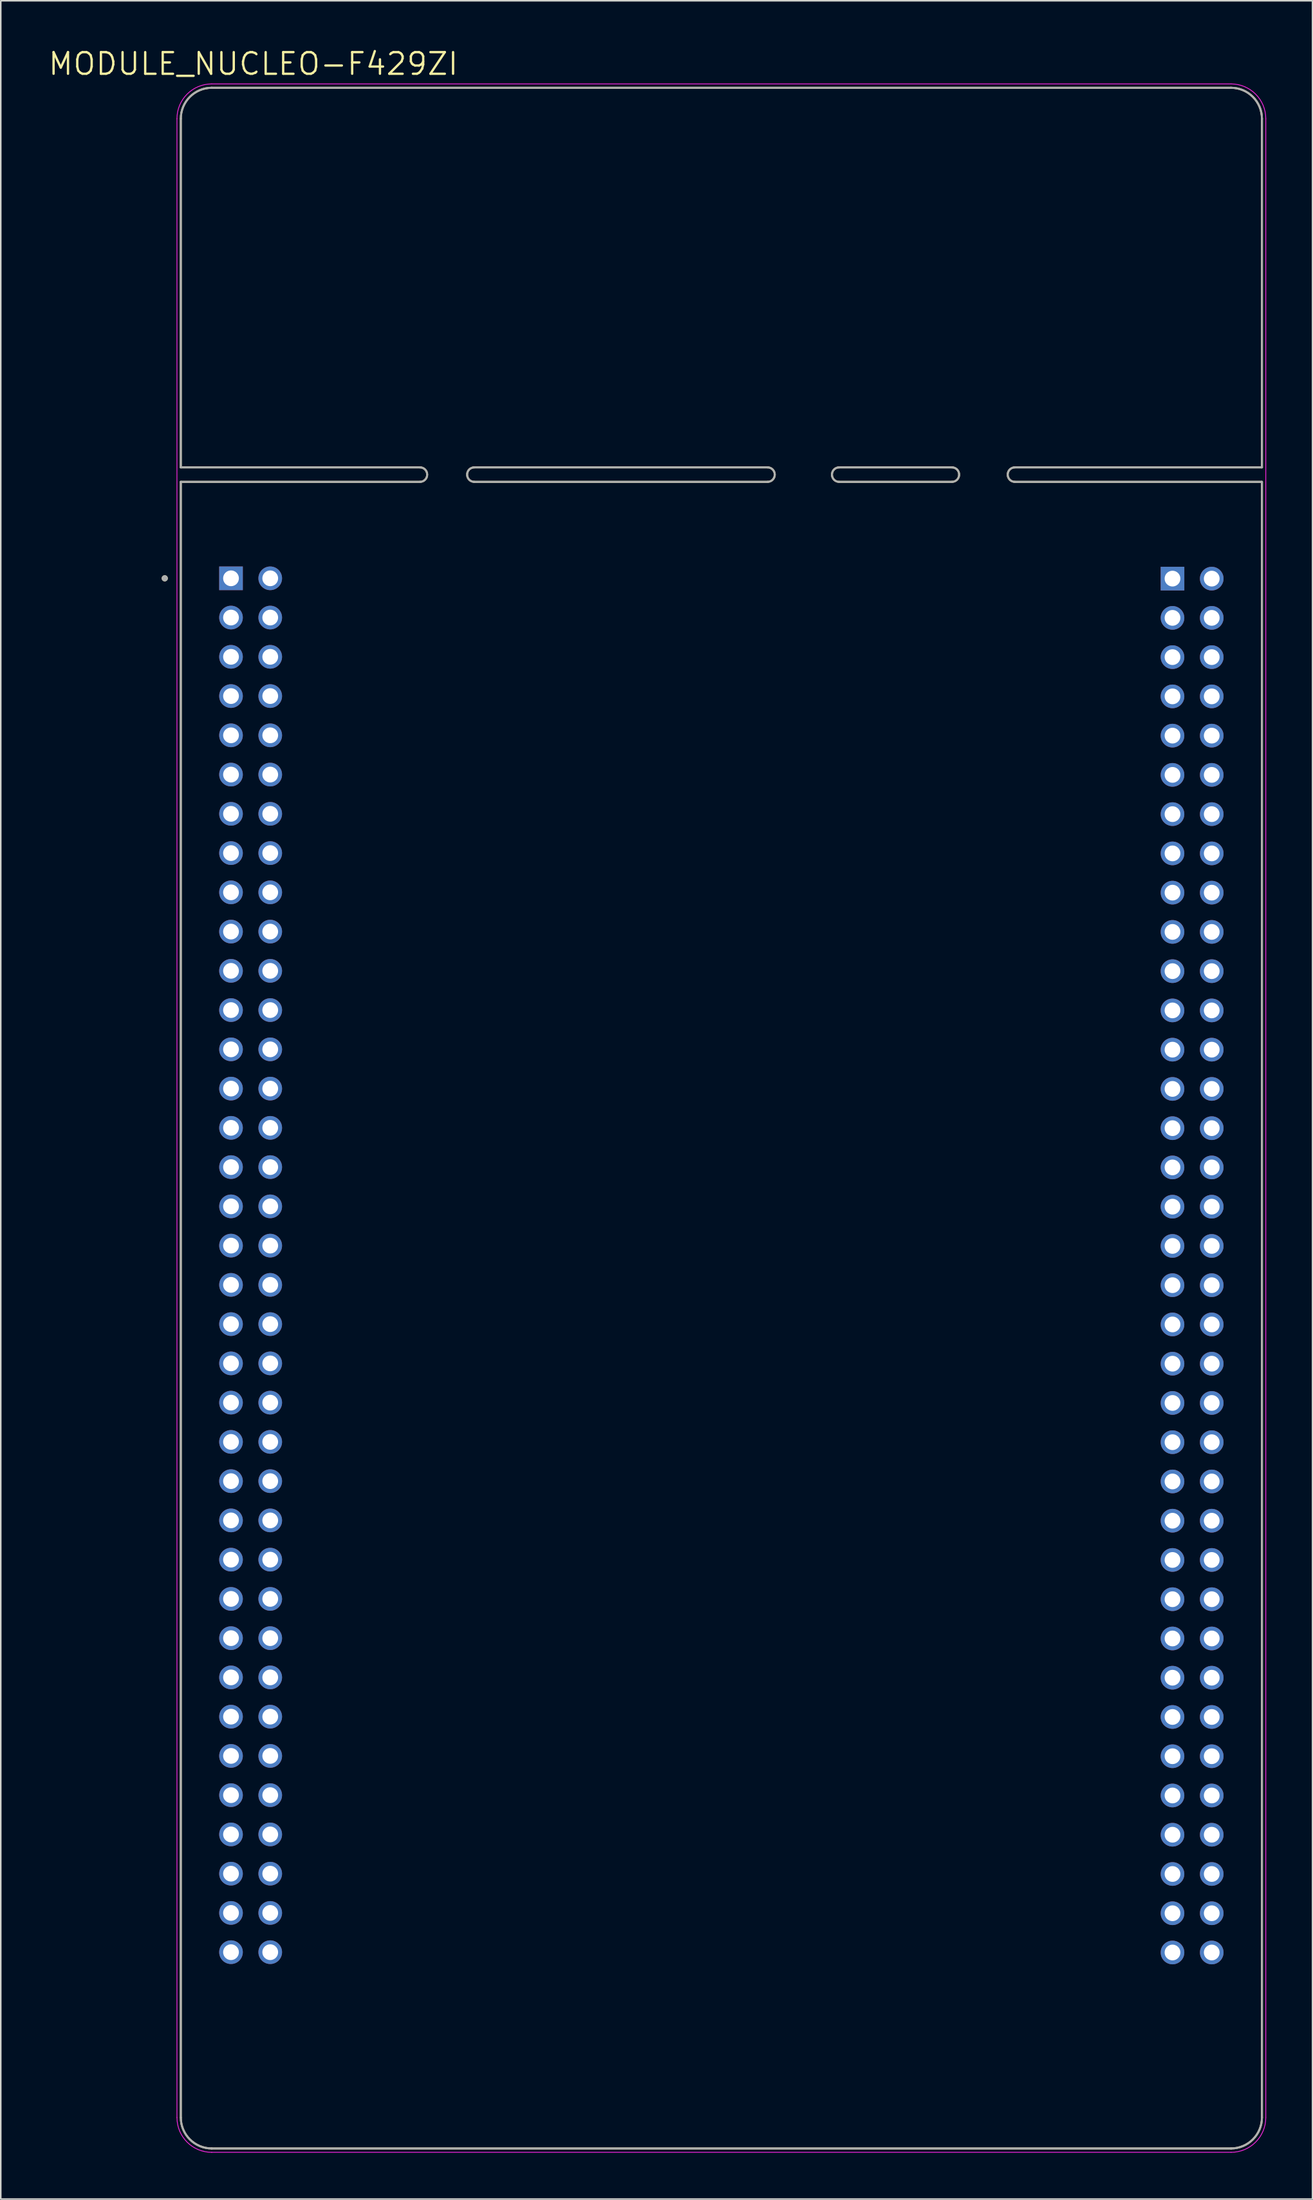
<source format=kicad_pcb>
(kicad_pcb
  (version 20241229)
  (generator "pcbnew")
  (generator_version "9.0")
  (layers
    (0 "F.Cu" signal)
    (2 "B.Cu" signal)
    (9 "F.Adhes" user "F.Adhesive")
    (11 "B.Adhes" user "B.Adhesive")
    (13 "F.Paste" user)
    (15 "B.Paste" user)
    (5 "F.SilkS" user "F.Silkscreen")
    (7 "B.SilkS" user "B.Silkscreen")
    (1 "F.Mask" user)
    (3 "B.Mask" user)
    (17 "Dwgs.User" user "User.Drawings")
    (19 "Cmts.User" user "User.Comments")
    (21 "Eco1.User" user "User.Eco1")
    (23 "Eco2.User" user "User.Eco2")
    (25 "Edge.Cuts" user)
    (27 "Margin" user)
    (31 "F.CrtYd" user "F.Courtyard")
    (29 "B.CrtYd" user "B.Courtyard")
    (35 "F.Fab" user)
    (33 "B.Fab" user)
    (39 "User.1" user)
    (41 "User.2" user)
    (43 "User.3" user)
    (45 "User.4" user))
  (footprint "MODULE_NUCLEO-F429ZI"
    (layer "F.Cu")
    (at 43.657 69.301)
    (property "Reference" "MODULE_NUCLEO-F429ZI" (at -30.305 -68.219 0) (layer "F.SilkS") (effects (font (size 1.4 1.4) (thickness 0.15))))
    (attr through_hole)
    (fp_line (start -35 -64.67) (end -35 -42.11) (stroke (width 0.127) (type solid)) (layer "F.SilkS"))
    (fp_line (start -35 -42.11) (end -19.507 -42.11) (stroke (width 0.127) (type solid)) (layer "F.SilkS"))
    (fp_line (start -35 -41.17) (end -35 64.67) (stroke (width 0.127) (type solid)) (layer "F.SilkS"))
    (fp_line (start -35 -41.17) (end -19.507 -41.17) (stroke (width 0.127) (type solid)) (layer "F.SilkS"))
    (fp_line (start -33 66.67) (end 33 66.67) (stroke (width 0.127) (type solid)) (layer "F.SilkS"))
    (fp_line (start -16.002 -42.11) (end 2.997 -42.11) (stroke (width 0.127) (type solid)) (layer "F.SilkS"))
    (fp_line (start -16.002 -41.17) (end 2.997 -41.17) (stroke (width 0.127) (type solid)) (layer "F.SilkS"))
    (fp_line (start 7.62 -42.11) (end 14.935 -42.11) (stroke (width 0.127) (type solid)) (layer "F.SilkS"))
    (fp_line (start 7.62 -41.17) (end 14.935 -41.17) (stroke (width 0.127) (type solid)) (layer "F.SilkS"))
    (fp_line (start 18.999 -42.11) (end 35 -42.11) (stroke (width 0.127) (type solid)) (layer "F.SilkS"))
    (fp_line (start 18.999 -41.17) (end 35 -41.17) (stroke (width 0.127) (type solid)) (layer "F.SilkS"))
    (fp_line (start 33 -66.67) (end -33 -66.67) (stroke (width 0.127) (type solid)) (layer "F.SilkS"))
    (fp_line (start 35 -42.11) (end 35 -64.67) (stroke (width 0.127) (type solid)) (layer "F.SilkS"))
    (fp_line (start 35 64.67) (end 35 -41.17) (stroke (width 0.127) (type solid)) (layer "F.SilkS"))
    (fp_arc (start -35 -64.67) (mid -34.414214 -66.084214) (end -33 -66.67) (stroke (width 0.127) (type solid)) (layer "F.SilkS"))
    (fp_arc (start -33 66.67) (mid -34.414214 66.084214) (end -35 64.67) (stroke (width 0.127) (type solid)) (layer "F.SilkS"))
    (fp_arc (start -19.507199 -42.11) (mid -19.044602 -41.64) (end -19.5072 -41.17) (stroke (width 0.127) (type solid)) (layer "F.SilkS"))
    (fp_arc (start -16.002001 -41.17) (mid -16.464598 -41.64) (end -16.002 -42.11) (stroke (width 0.127) (type solid)) (layer "F.SilkS"))
    (fp_arc (start 2.997201 -42.11) (mid 3.459798 -41.64) (end 2.9972 -41.17) (stroke (width 0.127) (type solid)) (layer "F.SilkS"))
    (fp_arc (start 7.619999 -41.17) (mid 7.157402 -41.64) (end 7.62 -42.11) (stroke (width 0.127) (type solid)) (layer "F.SilkS"))
    (fp_arc (start 14.935201 -42.11) (mid 15.397798 -41.64) (end 14.9352 -41.17) (stroke (width 0.127) (type solid)) (layer "F.SilkS"))
    (fp_arc (start 18.999199 -41.17) (mid 18.536602 -41.64) (end 18.9992 -42.11) (stroke (width 0.127) (type solid)) (layer "F.SilkS"))
    (fp_arc (start 33 -66.67) (mid 34.414214 -66.084214) (end 35 -64.67) (stroke (width 0.127) (type solid)) (layer "F.SilkS"))
    (fp_arc (start 35 64.67) (mid 34.414214 66.084214) (end 33 66.67) (stroke (width 0.127) (type solid)) (layer "F.SilkS"))
    (fp_circle (center -36.04 -34.93) (end -35.94 -34.93) (stroke (width 0.2) (type solid)) (fill no) (layer "F.SilkS"))
    (fp_line (start -35.25 -64.67) (end -35.25 64.67) (stroke (width 0.05) (type solid)) (layer "F.CrtYd"))
    (fp_line (start -33 66.92) (end 33 66.92) (stroke (width 0.05) (type solid)) (layer "F.CrtYd"))
    (fp_line (start 33 -66.92) (end -33 -66.92) (stroke (width 0.05) (type solid)) (layer "F.CrtYd"))
    (fp_line (start 35.25 64.67) (end 35.25 -64.67) (stroke (width 0.05) (type solid)) (layer "F.CrtYd"))
    (fp_arc (start -35.25 -64.67) (mid -34.59099 -66.26099) (end -33 -66.92) (stroke (width 0.05) (type solid)) (layer "F.CrtYd"))
    (fp_arc (start -33 66.92) (mid -34.59099 66.26099) (end -35.25 64.67) (stroke (width 0.05) (type solid)) (layer "F.CrtYd"))
    (fp_arc (start 33 -66.92) (mid 34.59099 -66.26099) (end 35.25 -64.67) (stroke (width 0.05) (type solid)) (layer "F.CrtYd"))
    (fp_arc (start 35.25 64.67) (mid 34.59099 66.26099) (end 33 66.92) (stroke (width 0.05) (type solid)) (layer "F.CrtYd"))
    (fp_line (start -35 -64.67) (end -35 -42.11) (stroke (width 0.127) (type solid)) (layer "F.Fab"))
    (fp_line (start -35 -42.11) (end -19.507 -42.11) (stroke (width 0.127) (type solid)) (layer "F.Fab"))
    (fp_line (start -35 -41.17) (end -35 64.67) (stroke (width 0.127) (type solid)) (layer "F.Fab"))
    (fp_line (start -35 -41.17) (end -19.507 -41.17) (stroke (width 0.127) (type solid)) (layer "F.Fab"))
    (fp_line (start -33 66.67) (end 33 66.67) (stroke (width 0.127) (type solid)) (layer "F.Fab"))
    (fp_line (start -16.002 -42.11) (end 2.997 -42.11) (stroke (width 0.127) (type solid)) (layer "F.Fab"))
    (fp_line (start -16.002 -41.17) (end 2.997 -41.17) (stroke (width 0.127) (type solid)) (layer "F.Fab"))
    (fp_line (start 7.62 -42.11) (end 14.935 -42.11) (stroke (width 0.127) (type solid)) (layer "F.Fab"))
    (fp_line (start 7.62 -41.17) (end 14.935 -41.17) (stroke (width 0.127) (type solid)) (layer "F.Fab"))
    (fp_line (start 18.999 -42.11) (end 35 -42.11) (stroke (width 0.127) (type solid)) (layer "F.Fab"))
    (fp_line (start 18.999 -41.17) (end 35 -41.17) (stroke (width 0.127) (type solid)) (layer "F.Fab"))
    (fp_line (start 33 -66.67) (end -33 -66.67) (stroke (width 0.127) (type solid)) (layer "F.Fab"))
    (fp_line (start 35 -42.11) (end 35 -64.67) (stroke (width 0.127) (type solid)) (layer "F.Fab"))
    (fp_line (start 35 64.67) (end 35 -41.17) (stroke (width 0.127) (type solid)) (layer "F.Fab"))
    (fp_arc (start -35 -64.67) (mid -34.414214 -66.084214) (end -33 -66.67) (stroke (width 0.127) (type solid)) (layer "F.Fab"))
    (fp_arc (start -33 66.67) (mid -34.414214 66.084214) (end -35 64.67) (stroke (width 0.127) (type solid)) (layer "F.Fab"))
    (fp_arc (start -19.507199 -42.11) (mid -19.044602 -41.64) (end -19.5072 -41.17) (stroke (width 0.127) (type solid)) (layer "F.Fab"))
    (fp_arc (start -16.002001 -41.17) (mid -16.464598 -41.64) (end -16.002 -42.11) (stroke (width 0.127) (type solid)) (layer "F.Fab"))
    (fp_arc (start 2.997201 -42.11) (mid 3.459798 -41.64) (end 2.9972 -41.17) (stroke (width 0.127) (type solid)) (layer "F.Fab"))
    (fp_arc (start 7.619999 -41.17) (mid 7.157402 -41.64) (end 7.62 -42.11) (stroke (width 0.127) (type solid)) (layer "F.Fab"))
    (fp_arc (start 14.935201 -42.11) (mid 15.397798 -41.64) (end 14.9352 -41.17) (stroke (width 0.127) (type solid)) (layer "F.Fab"))
    (fp_arc (start 18.999199 -41.17) (mid 18.536602 -41.64) (end 18.9992 -42.11) (stroke (width 0.127) (type solid)) (layer "F.Fab"))
    (fp_arc (start 33 -66.67) (mid 34.414214 -66.084214) (end 35 -64.67) (stroke (width 0.127) (type solid)) (layer "F.Fab"))
    (fp_arc (start 35 64.67) (mid 34.414214 66.084214) (end 33 66.67) (stroke (width 0.127) (type solid)) (layer "F.Fab"))
    (fp_circle (center -36.04 -34.93) (end -35.94 -34.93) (stroke (width 0.2) (type solid)) (fill no) (layer "F.Fab"))
    (pad "CN11_1" thru_hole rect (at -31.75 -34.93) (size 1.53 1.53) (drill 1.02) (layers "*.Cu" "*.Mask"))
    (pad "CN11_2" thru_hole circle (at -29.21 -34.93) (size 1.53 1.53) (drill 1.02) (layers "*.Cu" "*.Mask"))
    (pad "CN11_3" thru_hole circle (at -31.75 -32.39) (size 1.53 1.53) (drill 1.02) (layers "*.Cu" "*.Mask"))
    (pad "CN11_4" thru_hole circle (at -29.21 -32.39) (size 1.53 1.53) (drill 1.02) (layers "*.Cu" "*.Mask"))
    (pad "CN11_5" thru_hole circle (at -31.75 -29.85) (size 1.53 1.53) (drill 1.02) (layers "*.Cu" "*.Mask"))
    (pad "CN11_6" thru_hole circle (at -29.21 -29.85) (size 1.53 1.53) (drill 1.02) (layers "*.Cu" "*.Mask"))
    (pad "CN11_7" thru_hole circle (at -31.75 -27.31) (size 1.53 1.53) (drill 1.02) (layers "*.Cu" "*.Mask"))
    (pad "CN11_8" thru_hole circle (at -29.21 -27.31) (size 1.53 1.53) (drill 1.02) (layers "*.Cu" "*.Mask"))
    (pad "CN11_9" thru_hole circle (at -31.75 -24.77) (size 1.53 1.53) (drill 1.02) (layers "*.Cu" "*.Mask"))
    (pad "CN11_10" thru_hole circle (at -29.21 -24.77) (size 1.53 1.53) (drill 1.02) (layers "*.Cu" "*.Mask"))
    (pad "CN11_11" thru_hole circle (at -31.75 -22.23) (size 1.53 1.53) (drill 1.02) (layers "*.Cu" "*.Mask"))
    (pad "CN11_12" thru_hole circle (at -29.21 -22.23) (size 1.53 1.53) (drill 1.02) (layers "*.Cu" "*.Mask"))
    (pad "CN11_13" thru_hole circle (at -31.75 -19.69) (size 1.53 1.53) (drill 1.02) (layers "*.Cu" "*.Mask"))
    (pad "CN11_14" thru_hole circle (at -29.21 -19.69) (size 1.53 1.53) (drill 1.02) (layers "*.Cu" "*.Mask"))
    (pad "CN11_15" thru_hole circle (at -31.75 -17.15) (size 1.53 1.53) (drill 1.02) (layers "*.Cu" "*.Mask"))
    (pad "CN11_16" thru_hole circle (at -29.21 -17.15) (size 1.53 1.53) (drill 1.02) (layers "*.Cu" "*.Mask"))
    (pad "CN11_17" thru_hole circle (at -31.75 -14.61) (size 1.53 1.53) (drill 1.02) (layers "*.Cu" "*.Mask"))
    (pad "CN11_18" thru_hole circle (at -29.21 -14.61) (size 1.53 1.53) (drill 1.02) (layers "*.Cu" "*.Mask"))
    (pad "CN11_19" thru_hole circle (at -31.75 -12.07) (size 1.53 1.53) (drill 1.02) (layers "*.Cu" "*.Mask"))
    (pad "CN11_20" thru_hole circle (at -29.21 -12.07) (size 1.53 1.53) (drill 1.02) (layers "*.Cu" "*.Mask"))
    (pad "CN11_21" thru_hole circle (at -31.75 -9.53) (size 1.53 1.53) (drill 1.02) (layers "*.Cu" "*.Mask"))
    (pad "CN11_22" thru_hole circle (at -29.21 -9.53) (size 1.53 1.53) (drill 1.02) (layers "*.Cu" "*.Mask"))
    (pad "CN11_23" thru_hole circle (at -31.75 -6.99) (size 1.53 1.53) (drill 1.02) (layers "*.Cu" "*.Mask"))
    (pad "CN11_24" thru_hole circle (at -29.21 -6.99) (size 1.53 1.53) (drill 1.02) (layers "*.Cu" "*.Mask"))
    (pad "CN11_25" thru_hole circle (at -31.75 -4.45) (size 1.53 1.53) (drill 1.02) (layers "*.Cu" "*.Mask"))
    (pad "CN11_26" thru_hole circle (at -29.21 -4.45) (size 1.53 1.53) (drill 1.02) (layers "*.Cu" "*.Mask"))
    (pad "CN11_27" thru_hole circle (at -31.75 -1.91) (size 1.53 1.53) (drill 1.02) (layers "*.Cu" "*.Mask"))
    (pad "CN11_28" thru_hole circle (at -29.21 -1.91) (size 1.53 1.53) (drill 1.02) (layers "*.Cu" "*.Mask"))
    (pad "CN11_29" thru_hole circle (at -31.75 0.63) (size 1.53 1.53) (drill 1.02) (layers "*.Cu" "*.Mask"))
    (pad "CN11_30" thru_hole circle (at -29.21 0.63) (size 1.53 1.53) (drill 1.02) (layers "*.Cu" "*.Mask"))
    (pad "CN11_31" thru_hole circle (at -31.75 3.17) (size 1.53 1.53) (drill 1.02) (layers "*.Cu" "*.Mask"))
    (pad "CN11_32" thru_hole circle (at -29.21 3.17) (size 1.53 1.53) (drill 1.02) (layers "*.Cu" "*.Mask"))
    (pad "CN11_33" thru_hole circle (at -31.75 5.71) (size 1.53 1.53) (drill 1.02) (layers "*.Cu" "*.Mask"))
    (pad "CN11_34" thru_hole circle (at -29.21 5.71) (size 1.53 1.53) (drill 1.02) (layers "*.Cu" "*.Mask"))
    (pad "CN11_35" thru_hole circle (at -31.75 8.25) (size 1.53 1.53) (drill 1.02) (layers "*.Cu" "*.Mask"))
    (pad "CN11_36" thru_hole circle (at -29.21 8.25) (size 1.53 1.53) (drill 1.02) (layers "*.Cu" "*.Mask"))
    (pad "CN11_37" thru_hole circle (at -31.75 10.79) (size 1.53 1.53) (drill 1.02) (layers "*.Cu" "*.Mask"))
    (pad "CN11_38" thru_hole circle (at -29.21 10.79) (size 1.53 1.53) (drill 1.02) (layers "*.Cu" "*.Mask"))
    (pad "CN11_39" thru_hole circle (at -31.75 13.33) (size 1.53 1.53) (drill 1.02) (layers "*.Cu" "*.Mask"))
    (pad "CN11_40" thru_hole circle (at -29.21 13.33) (size 1.53 1.53) (drill 1.02) (layers "*.Cu" "*.Mask"))
    (pad "CN11_41" thru_hole circle (at -31.75 15.87) (size 1.53 1.53) (drill 1.02) (layers "*.Cu" "*.Mask"))
    (pad "CN11_42" thru_hole circle (at -29.21 15.87) (size 1.53 1.53) (drill 1.02) (layers "*.Cu" "*.Mask"))
    (pad "CN11_43" thru_hole circle (at -31.75 18.41) (size 1.53 1.53) (drill 1.02) (layers "*.Cu" "*.Mask"))
    (pad "CN11_44" thru_hole circle (at -29.21 18.41) (size 1.53 1.53) (drill 1.02) (layers "*.Cu" "*.Mask"))
    (pad "CN11_45" thru_hole circle (at -31.75 20.95) (size 1.53 1.53) (drill 1.02) (layers "*.Cu" "*.Mask"))
    (pad "CN11_46" thru_hole circle (at -29.21 20.95) (size 1.53 1.53) (drill 1.02) (layers "*.Cu" "*.Mask"))
    (pad "CN11_47" thru_hole circle (at -31.75 23.49) (size 1.53 1.53) (drill 1.02) (layers "*.Cu" "*.Mask"))
    (pad "CN11_48" thru_hole circle (at -29.21 23.49) (size 1.53 1.53) (drill 1.02) (layers "*.Cu" "*.Mask"))
    (pad "CN11_49" thru_hole circle (at -31.75 26.03) (size 1.53 1.53) (drill 1.02) (layers "*.Cu" "*.Mask"))
    (pad "CN11_50" thru_hole circle (at -29.21 26.03) (size 1.53 1.53) (drill 1.02) (layers "*.Cu" "*.Mask"))
    (pad "CN11_51" thru_hole circle (at -31.75 28.57) (size 1.53 1.53) (drill 1.02) (layers "*.Cu" "*.Mask"))
    (pad "CN11_52" thru_hole circle (at -29.21 28.57) (size 1.53 1.53) (drill 1.02) (layers "*.Cu" "*.Mask"))
    (pad "CN11_53" thru_hole circle (at -31.75 31.11) (size 1.53 1.53) (drill 1.02) (layers "*.Cu" "*.Mask"))
    (pad "CN11_54" thru_hole circle (at -29.21 31.11) (size 1.53 1.53) (drill 1.02) (layers "*.Cu" "*.Mask"))
    (pad "CN11_55" thru_hole circle (at -31.75 33.65) (size 1.53 1.53) (drill 1.02) (layers "*.Cu" "*.Mask"))
    (pad "CN11_56" thru_hole circle (at -29.21 33.65) (size 1.53 1.53) (drill 1.02) (layers "*.Cu" "*.Mask"))
    (pad "CN11_57" thru_hole circle (at -31.75 36.19) (size 1.53 1.53) (drill 1.02) (layers "*.Cu" "*.Mask"))
    (pad "CN11_58" thru_hole circle (at -29.21 36.19) (size 1.53 1.53) (drill 1.02) (layers "*.Cu" "*.Mask"))
    (pad "CN11_59" thru_hole circle (at -31.75 38.73) (size 1.53 1.53) (drill 1.02) (layers "*.Cu" "*.Mask"))
    (pad "CN11_60" thru_hole circle (at -29.21 38.73) (size 1.53 1.53) (drill 1.02) (layers "*.Cu" "*.Mask"))
    (pad "CN11_61" thru_hole circle (at -31.75 41.27) (size 1.53 1.53) (drill 1.02) (layers "*.Cu" "*.Mask"))
    (pad "CN11_62" thru_hole circle (at -29.21 41.27) (size 1.53 1.53) (drill 1.02) (layers "*.Cu" "*.Mask"))
    (pad "CN11_63" thru_hole circle (at -31.75 43.81) (size 1.53 1.53) (drill 1.02) (layers "*.Cu" "*.Mask"))
    (pad "CN11_64" thru_hole circle (at -29.21 43.81) (size 1.53 1.53) (drill 1.02) (layers "*.Cu" "*.Mask"))
    (pad "CN11_65" thru_hole circle (at -31.75 46.35) (size 1.53 1.53) (drill 1.02) (layers "*.Cu" "*.Mask"))
    (pad "CN11_66" thru_hole circle (at -29.21 46.35) (size 1.53 1.53) (drill 1.02) (layers "*.Cu" "*.Mask"))
    (pad "CN11_67" thru_hole circle (at -31.75 48.89) (size 1.53 1.53) (drill 1.02) (layers "*.Cu" "*.Mask"))
    (pad "CN11_68" thru_hole circle (at -29.21 48.89) (size 1.53 1.53) (drill 1.02) (layers "*.Cu" "*.Mask"))
    (pad "CN11_69" thru_hole circle (at -31.75 51.43) (size 1.53 1.53) (drill 1.02) (layers "*.Cu" "*.Mask"))
    (pad "CN11_70" thru_hole circle (at -29.21 51.43) (size 1.53 1.53) (drill 1.02) (layers "*.Cu" "*.Mask"))
    (pad "CN11_71" thru_hole circle (at -31.75 53.97) (size 1.53 1.53) (drill 1.02) (layers "*.Cu" "*.Mask"))
    (pad "CN11_72" thru_hole circle (at -29.21 53.97) (size 1.53 1.53) (drill 1.02) (layers "*.Cu" "*.Mask"))
    (pad "CN12_1" thru_hole rect (at 29.21 -34.91) (size 1.53 1.53) (drill 1.02) (layers "*.Cu" "*.Mask"))
    (pad "CN12_2" thru_hole circle (at 31.75 -34.91) (size 1.53 1.53) (drill 1.02) (layers "*.Cu" "*.Mask"))
    (pad "CN12_3" thru_hole circle (at 29.21 -32.37) (size 1.53 1.53) (drill 1.02) (layers "*.Cu" "*.Mask"))
    (pad "CN12_4" thru_hole circle (at 31.75 -32.37) (size 1.53 1.53) (drill 1.02) (layers "*.Cu" "*.Mask"))
    (pad "CN12_5" thru_hole circle (at 29.21 -29.83) (size 1.53 1.53) (drill 1.02) (layers "*.Cu" "*.Mask"))
    (pad "CN12_6" thru_hole circle (at 31.75 -29.83) (size 1.53 1.53) (drill 1.02) (layers "*.Cu" "*.Mask"))
    (pad "CN12_7" thru_hole circle (at 29.21 -27.29) (size 1.53 1.53) (drill 1.02) (layers "*.Cu" "*.Mask"))
    (pad "CN12_8" thru_hole circle (at 31.75 -27.29) (size 1.53 1.53) (drill 1.02) (layers "*.Cu" "*.Mask"))
    (pad "CN12_9" thru_hole circle (at 29.21 -24.75) (size 1.53 1.53) (drill 1.02) (layers "*.Cu" "*.Mask"))
    (pad "CN12_10" thru_hole circle (at 31.75 -24.75) (size 1.53 1.53) (drill 1.02) (layers "*.Cu" "*.Mask"))
    (pad "CN12_11" thru_hole circle (at 29.21 -22.21) (size 1.53 1.53) (drill 1.02) (layers "*.Cu" "*.Mask"))
    (pad "CN12_12" thru_hole circle (at 31.75 -22.21) (size 1.53 1.53) (drill 1.02) (layers "*.Cu" "*.Mask"))
    (pad "CN12_13" thru_hole circle (at 29.21 -19.67) (size 1.53 1.53) (drill 1.02) (layers "*.Cu" "*.Mask"))
    (pad "CN12_14" thru_hole circle (at 31.75 -19.67) (size 1.53 1.53) (drill 1.02) (layers "*.Cu" "*.Mask"))
    (pad "CN12_15" thru_hole circle (at 29.21 -17.13) (size 1.53 1.53) (drill 1.02) (layers "*.Cu" "*.Mask"))
    (pad "CN12_16" thru_hole circle (at 31.75 -17.13) (size 1.53 1.53) (drill 1.02) (layers "*.Cu" "*.Mask"))
    (pad "CN12_17" thru_hole circle (at 29.21 -14.59) (size 1.53 1.53) (drill 1.02) (layers "*.Cu" "*.Mask"))
    (pad "CN12_18" thru_hole circle (at 31.75 -14.59) (size 1.53 1.53) (drill 1.02) (layers "*.Cu" "*.Mask"))
    (pad "CN12_19" thru_hole circle (at 29.21 -12.05) (size 1.53 1.53) (drill 1.02) (layers "*.Cu" "*.Mask"))
    (pad "CN12_20" thru_hole circle (at 31.75 -12.05) (size 1.53 1.53) (drill 1.02) (layers "*.Cu" "*.Mask"))
    (pad "CN12_21" thru_hole circle (at 29.21 -9.51) (size 1.53 1.53) (drill 1.02) (layers "*.Cu" "*.Mask"))
    (pad "CN12_22" thru_hole circle (at 31.75 -9.51) (size 1.53 1.53) (drill 1.02) (layers "*.Cu" "*.Mask"))
    (pad "CN12_23" thru_hole circle (at 29.21 -6.97) (size 1.53 1.53) (drill 1.02) (layers "*.Cu" "*.Mask"))
    (pad "CN12_24" thru_hole circle (at 31.75 -6.97) (size 1.53 1.53) (drill 1.02) (layers "*.Cu" "*.Mask"))
    (pad "CN12_25" thru_hole circle (at 29.21 -4.43) (size 1.53 1.53) (drill 1.02) (layers "*.Cu" "*.Mask"))
    (pad "CN12_26" thru_hole circle (at 31.75 -4.43) (size 1.53 1.53) (drill 1.02) (layers "*.Cu" "*.Mask"))
    (pad "CN12_27" thru_hole circle (at 29.21 -1.89) (size 1.53 1.53) (drill 1.02) (layers "*.Cu" "*.Mask"))
    (pad "CN12_28" thru_hole circle (at 31.75 -1.89) (size 1.53 1.53) (drill 1.02) (layers "*.Cu" "*.Mask"))
    (pad "CN12_29" thru_hole circle (at 29.21 0.65) (size 1.53 1.53) (drill 1.02) (layers "*.Cu" "*.Mask"))
    (pad "CN12_30" thru_hole circle (at 31.75 0.65) (size 1.53 1.53) (drill 1.02) (layers "*.Cu" "*.Mask"))
    (pad "CN12_31" thru_hole circle (at 29.21 3.19) (size 1.53 1.53) (drill 1.02) (layers "*.Cu" "*.Mask"))
    (pad "CN12_32" thru_hole circle (at 31.75 3.19) (size 1.53 1.53) (drill 1.02) (layers "*.Cu" "*.Mask"))
    (pad "CN12_33" thru_hole circle (at 29.21 5.73) (size 1.53 1.53) (drill 1.02) (layers "*.Cu" "*.Mask"))
    (pad "CN12_34" thru_hole circle (at 31.75 5.73) (size 1.53 1.53) (drill 1.02) (layers "*.Cu" "*.Mask"))
    (pad "CN12_35" thru_hole circle (at 29.21 8.27) (size 1.53 1.53) (drill 1.02) (layers "*.Cu" "*.Mask"))
    (pad "CN12_36" thru_hole circle (at 31.75 8.27) (size 1.53 1.53) (drill 1.02) (layers "*.Cu" "*.Mask"))
    (pad "CN12_37" thru_hole circle (at 29.21 10.81) (size 1.53 1.53) (drill 1.02) (layers "*.Cu" "*.Mask"))
    (pad "CN12_38" thru_hole circle (at 31.75 10.81) (size 1.53 1.53) (drill 1.02) (layers "*.Cu" "*.Mask"))
    (pad "CN12_39" thru_hole circle (at 29.21 13.35) (size 1.53 1.53) (drill 1.02) (layers "*.Cu" "*.Mask"))
    (pad "CN12_40" thru_hole circle (at 31.75 13.35) (size 1.53 1.53) (drill 1.02) (layers "*.Cu" "*.Mask"))
    (pad "CN12_41" thru_hole circle (at 29.21 15.89) (size 1.53 1.53) (drill 1.02) (layers "*.Cu" "*.Mask"))
    (pad "CN12_42" thru_hole circle (at 31.75 15.89) (size 1.53 1.53) (drill 1.02) (layers "*.Cu" "*.Mask"))
    (pad "CN12_43" thru_hole circle (at 29.21 18.43) (size 1.53 1.53) (drill 1.02) (layers "*.Cu" "*.Mask"))
    (pad "CN12_44" thru_hole circle (at 31.75 18.43) (size 1.53 1.53) (drill 1.02) (layers "*.Cu" "*.Mask"))
    (pad "CN12_45" thru_hole circle (at 29.21 20.97) (size 1.53 1.53) (drill 1.02) (layers "*.Cu" "*.Mask"))
    (pad "CN12_46" thru_hole circle (at 31.75 20.97) (size 1.53 1.53) (drill 1.02) (layers "*.Cu" "*.Mask"))
    (pad "CN12_47" thru_hole circle (at 29.21 23.51) (size 1.53 1.53) (drill 1.02) (layers "*.Cu" "*.Mask"))
    (pad "CN12_48" thru_hole circle (at 31.75 23.51) (size 1.53 1.53) (drill 1.02) (layers "*.Cu" "*.Mask"))
    (pad "CN12_49" thru_hole circle (at 29.21 26.05) (size 1.53 1.53) (drill 1.02) (layers "*.Cu" "*.Mask"))
    (pad "CN12_50" thru_hole circle (at 31.75 26.05) (size 1.53 1.53) (drill 1.02) (layers "*.Cu" "*.Mask"))
    (pad "CN12_51" thru_hole circle (at 29.21 28.59) (size 1.53 1.53) (drill 1.02) (layers "*.Cu" "*.Mask"))
    (pad "CN12_52" thru_hole circle (at 31.75 28.59) (size 1.53 1.53) (drill 1.02) (layers "*.Cu" "*.Mask"))
    (pad "CN12_53" thru_hole circle (at 29.21 31.13) (size 1.53 1.53) (drill 1.02) (layers "*.Cu" "*.Mask"))
    (pad "CN12_54" thru_hole circle (at 31.75 31.13) (size 1.53 1.53) (drill 1.02) (layers "*.Cu" "*.Mask"))
    (pad "CN12_55" thru_hole circle (at 29.21 33.67) (size 1.53 1.53) (drill 1.02) (layers "*.Cu" "*.Mask"))
    (pad "CN12_56" thru_hole circle (at 31.75 33.67) (size 1.53 1.53) (drill 1.02) (layers "*.Cu" "*.Mask"))
    (pad "CN12_57" thru_hole circle (at 29.21 36.21) (size 1.53 1.53) (drill 1.02) (layers "*.Cu" "*.Mask"))
    (pad "CN12_58" thru_hole circle (at 31.75 36.21) (size 1.53 1.53) (drill 1.02) (layers "*.Cu" "*.Mask"))
    (pad "CN12_59" thru_hole circle (at 29.21 38.75) (size 1.53 1.53) (drill 1.02) (layers "*.Cu" "*.Mask"))
    (pad "CN12_60" thru_hole circle (at 31.75 38.75) (size 1.53 1.53) (drill 1.02) (layers "*.Cu" "*.Mask"))
    (pad "CN12_61" thru_hole circle (at 29.21 41.29) (size 1.53 1.53) (drill 1.02) (layers "*.Cu" "*.Mask"))
    (pad "CN12_62" thru_hole circle (at 31.75 41.29) (size 1.53 1.53) (drill 1.02) (layers "*.Cu" "*.Mask"))
    (pad "CN12_63" thru_hole circle (at 29.21 43.83) (size 1.53 1.53) (drill 1.02) (layers "*.Cu" "*.Mask"))
    (pad "CN12_64" thru_hole circle (at 31.75 43.83) (size 1.53 1.53) (drill 1.02) (layers "*.Cu" "*.Mask"))
    (pad "CN12_65" thru_hole circle (at 29.21 46.37) (size 1.53 1.53) (drill 1.02) (layers "*.Cu" "*.Mask"))
    (pad "CN12_66" thru_hole circle (at 31.75 46.37) (size 1.53 1.53) (drill 1.02) (layers "*.Cu" "*.Mask"))
    (pad "CN12_67" thru_hole circle (at 29.21 48.91) (size 1.53 1.53) (drill 1.02) (layers "*.Cu" "*.Mask"))
    (pad "CN12_68" thru_hole circle (at 31.75 48.91) (size 1.53 1.53) (drill 1.02) (layers "*.Cu" "*.Mask"))
    (pad "CN12_69" thru_hole circle (at 29.21 51.45) (size 1.53 1.53) (drill 1.02) (layers "*.Cu" "*.Mask"))
    (pad "CN12_70" thru_hole circle (at 31.75 51.45) (size 1.53 1.53) (drill 1.02) (layers "*.Cu" "*.Mask"))
    (pad "CN12_71" thru_hole circle (at 29.21 53.99) (size 1.53 1.53) (drill 1.02) (layers "*.Cu" "*.Mask"))
    (pad "CN12_72" thru_hole circle (at 31.75 53.99) (size 1.53 1.53) (drill 1.02) (layers "*.Cu" "*.Mask")))
  (gr_rect
    (start -3 -3)
    (end 81.932 139.246)
    (stroke (width 0.1) (type default))
    (fill no)
    (layer "Edge.Cuts")))
</source>
